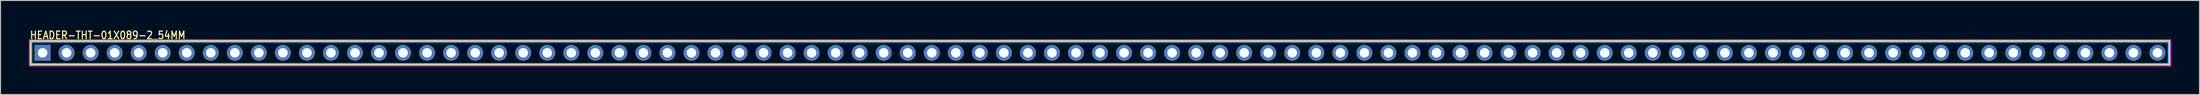
<source format=kicad_pcb>
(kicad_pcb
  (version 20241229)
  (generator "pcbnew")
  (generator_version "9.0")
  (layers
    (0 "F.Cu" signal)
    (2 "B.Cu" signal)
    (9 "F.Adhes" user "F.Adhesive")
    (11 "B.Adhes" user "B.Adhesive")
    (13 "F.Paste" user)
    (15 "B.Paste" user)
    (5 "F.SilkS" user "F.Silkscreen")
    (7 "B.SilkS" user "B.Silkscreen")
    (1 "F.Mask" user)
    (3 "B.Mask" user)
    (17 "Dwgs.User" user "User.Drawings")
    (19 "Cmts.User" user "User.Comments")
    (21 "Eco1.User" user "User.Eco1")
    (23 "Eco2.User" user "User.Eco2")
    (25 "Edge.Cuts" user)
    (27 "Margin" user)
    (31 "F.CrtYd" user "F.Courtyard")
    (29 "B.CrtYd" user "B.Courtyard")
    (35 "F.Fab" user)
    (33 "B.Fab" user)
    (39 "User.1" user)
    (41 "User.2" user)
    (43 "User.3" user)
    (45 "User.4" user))
  (footprint "HEADER-THT-01X089-2_54MM"
    (layer "F.Cu")
    (at 1.447 2.579)
    (property "Reference" "HEADER-THT-01X089-2_54MM" (at -1.4 -1.4 0) (unlocked yes) (layer "F.SilkS") (effects (font (size 0.813 0.695) (thickness 0.122)) (justify left bottom)))
    (fp_line (start -1.27 -1.27) (end -1.27 1.27) (stroke (width 0.127) (type solid)) (layer "F.SilkS"))
    (fp_line (start -1.27 1.27) (end 224.79 1.27) (stroke (width 0.127) (type solid)) (layer "F.SilkS"))
    (fp_line (start 224.79 -1.27) (end -1.27 -1.27) (stroke (width 0.127) (type solid)) (layer "F.SilkS"))
    (fp_line (start 224.79 1.27) (end 224.79 -1.27) (stroke (width 0.127) (type solid)) (layer "F.SilkS"))
    (fp_poly (pts (xy -1.143 -1.143) (xy 224.663 -1.143) (xy 224.663 1.143) (xy -1.143 1.143)) (stroke (width 0.1) (type solid)) (fill no) (layer "B.CrtYd"))
    (fp_poly (pts (xy -1.397 -1.397) (xy 224.917 -1.397) (xy 224.917 1.397) (xy -1.397 1.397)) (stroke (width 0.1) (type solid)) (fill no) (layer "F.CrtYd"))
    (pad "P$1" thru_hole rect (at 0 0) (size 1.693 1.693) (drill 1.016) (layers "*.Cu" "*.Mask"))
    (pad "P$2" thru_hole oval (at 2.54 0) (size 1.693 1.693) (drill 1.016) (layers "*.Cu" "*.Mask"))
    (pad "P$3" thru_hole oval (at 5.08 0) (size 1.693 1.693) (drill 1.016) (layers "*.Cu" "*.Mask"))
    (pad "P$4" thru_hole oval (at 7.62 0) (size 1.693 1.693) (drill 1.016) (layers "*.Cu" "*.Mask"))
    (pad "P$5" thru_hole oval (at 10.16 0) (size 1.693 1.693) (drill 1.016) (layers "*.Cu" "*.Mask"))
    (pad "P$6" thru_hole oval (at 12.7 0) (size 1.693 1.693) (drill 1.016) (layers "*.Cu" "*.Mask"))
    (pad "P$7" thru_hole oval (at 15.24 0) (size 1.693 1.693) (drill 1.016) (layers "*.Cu" "*.Mask"))
    (pad "P$8" thru_hole oval (at 17.78 0) (size 1.693 1.693) (drill 1.016) (layers "*.Cu" "*.Mask"))
    (pad "P$9" thru_hole oval (at 20.32 0) (size 1.693 1.693) (drill 1.016) (layers "*.Cu" "*.Mask"))
    (pad "P$10" thru_hole oval (at 22.86 0) (size 1.693 1.693) (drill 1.016) (layers "*.Cu" "*.Mask"))
    (pad "P$11" thru_hole oval (at 25.4 0) (size 1.693 1.693) (drill 1.016) (layers "*.Cu" "*.Mask"))
    (pad "P$12" thru_hole oval (at 27.94 0) (size 1.693 1.693) (drill 1.016) (layers "*.Cu" "*.Mask"))
    (pad "P$13" thru_hole oval (at 30.48 0) (size 1.693 1.693) (drill 1.016) (layers "*.Cu" "*.Mask"))
    (pad "P$14" thru_hole oval (at 33.02 0) (size 1.693 1.693) (drill 1.016) (layers "*.Cu" "*.Mask"))
    (pad "P$15" thru_hole oval (at 35.56 0) (size 1.693 1.693) (drill 1.016) (layers "*.Cu" "*.Mask"))
    (pad "P$16" thru_hole oval (at 38.1 0) (size 1.693 1.693) (drill 1.016) (layers "*.Cu" "*.Mask"))
    (pad "P$17" thru_hole oval (at 40.64 0) (size 1.693 1.693) (drill 1.016) (layers "*.Cu" "*.Mask"))
    (pad "P$18" thru_hole oval (at 43.18 0) (size 1.693 1.693) (drill 1.016) (layers "*.Cu" "*.Mask"))
    (pad "P$19" thru_hole oval (at 45.72 0) (size 1.693 1.693) (drill 1.016) (layers "*.Cu" "*.Mask"))
    (pad "P$20" thru_hole oval (at 48.26 0) (size 1.693 1.693) (drill 1.016) (layers "*.Cu" "*.Mask"))
    (pad "P$21" thru_hole oval (at 50.8 0) (size 1.693 1.693) (drill 1.016) (layers "*.Cu" "*.Mask"))
    (pad "P$22" thru_hole oval (at 53.34 0) (size 1.693 1.693) (drill 1.016) (layers "*.Cu" "*.Mask"))
    (pad "P$23" thru_hole oval (at 55.88 0) (size 1.693 1.693) (drill 1.016) (layers "*.Cu" "*.Mask"))
    (pad "P$24" thru_hole oval (at 58.42 0) (size 1.693 1.693) (drill 1.016) (layers "*.Cu" "*.Mask"))
    (pad "P$25" thru_hole oval (at 60.96 0) (size 1.693 1.693) (drill 1.016) (layers "*.Cu" "*.Mask"))
    (pad "P$26" thru_hole oval (at 63.5 0) (size 1.693 1.693) (drill 1.016) (layers "*.Cu" "*.Mask"))
    (pad "P$27" thru_hole oval (at 66.04 0) (size 1.693 1.693) (drill 1.016) (layers "*.Cu" "*.Mask"))
    (pad "P$28" thru_hole oval (at 68.58 0) (size 1.693 1.693) (drill 1.016) (layers "*.Cu" "*.Mask"))
    (pad "P$29" thru_hole oval (at 71.12 0) (size 1.693 1.693) (drill 1.016) (layers "*.Cu" "*.Mask"))
    (pad "P$30" thru_hole oval (at 73.66 0) (size 1.693 1.693) (drill 1.016) (layers "*.Cu" "*.Mask"))
    (pad "P$31" thru_hole oval (at 76.2 0) (size 1.693 1.693) (drill 1.016) (layers "*.Cu" "*.Mask"))
    (pad "P$32" thru_hole oval (at 78.74 0) (size 1.693 1.693) (drill 1.016) (layers "*.Cu" "*.Mask"))
    (pad "P$33" thru_hole oval (at 81.28 0) (size 1.693 1.693) (drill 1.016) (layers "*.Cu" "*.Mask"))
    (pad "P$34" thru_hole oval (at 83.82 0) (size 1.693 1.693) (drill 1.016) (layers "*.Cu" "*.Mask"))
    (pad "P$35" thru_hole oval (at 86.36 0) (size 1.693 1.693) (drill 1.016) (layers "*.Cu" "*.Mask"))
    (pad "P$36" thru_hole oval (at 88.9 0) (size 1.693 1.693) (drill 1.016) (layers "*.Cu" "*.Mask"))
    (pad "P$37" thru_hole oval (at 91.44 0) (size 1.693 1.693) (drill 1.016) (layers "*.Cu" "*.Mask"))
    (pad "P$38" thru_hole oval (at 93.98 0) (size 1.693 1.693) (drill 1.016) (layers "*.Cu" "*.Mask"))
    (pad "P$39" thru_hole oval (at 96.52 0) (size 1.693 1.693) (drill 1.016) (layers "*.Cu" "*.Mask"))
    (pad "P$40" thru_hole oval (at 99.06 0) (size 1.693 1.693) (drill 1.016) (layers "*.Cu" "*.Mask"))
    (pad "P$41" thru_hole oval (at 101.6 0) (size 1.693 1.693) (drill 1.016) (layers "*.Cu" "*.Mask"))
    (pad "P$42" thru_hole oval (at 104.14 0) (size 1.693 1.693) (drill 1.016) (layers "*.Cu" "*.Mask"))
    (pad "P$43" thru_hole oval (at 106.68 0) (size 1.693 1.693) (drill 1.016) (layers "*.Cu" "*.Mask"))
    (pad "P$44" thru_hole oval (at 109.22 0) (size 1.693 1.693) (drill 1.016) (layers "*.Cu" "*.Mask"))
    (pad "P$45" thru_hole oval (at 111.76 0) (size 1.693 1.693) (drill 1.016) (layers "*.Cu" "*.Mask"))
    (pad "P$46" thru_hole oval (at 114.3 0) (size 1.693 1.693) (drill 1.016) (layers "*.Cu" "*.Mask"))
    (pad "P$47" thru_hole oval (at 116.84 0) (size 1.693 1.693) (drill 1.016) (layers "*.Cu" "*.Mask"))
    (pad "P$48" thru_hole oval (at 119.38 0) (size 1.693 1.693) (drill 1.016) (layers "*.Cu" "*.Mask"))
    (pad "P$49" thru_hole oval (at 121.92 0) (size 1.693 1.693) (drill 1.016) (layers "*.Cu" "*.Mask"))
    (pad "P$50" thru_hole oval (at 124.46 0) (size 1.693 1.693) (drill 1.016) (layers "*.Cu" "*.Mask"))
    (pad "P$51" thru_hole oval (at 127 0) (size 1.693 1.693) (drill 1.016) (layers "*.Cu" "*.Mask"))
    (pad "P$52" thru_hole oval (at 129.54 0) (size 1.693 1.693) (drill 1.016) (layers "*.Cu" "*.Mask"))
    (pad "P$53" thru_hole oval (at 132.08 0) (size 1.693 1.693) (drill 1.016) (layers "*.Cu" "*.Mask"))
    (pad "P$54" thru_hole oval (at 134.62 0) (size 1.693 1.693) (drill 1.016) (layers "*.Cu" "*.Mask"))
    (pad "P$55" thru_hole oval (at 137.16 0) (size 1.693 1.693) (drill 1.016) (layers "*.Cu" "*.Mask"))
    (pad "P$56" thru_hole oval (at 139.7 0) (size 1.693 1.693) (drill 1.016) (layers "*.Cu" "*.Mask"))
    (pad "P$57" thru_hole oval (at 142.24 0) (size 1.693 1.693) (drill 1.016) (layers "*.Cu" "*.Mask"))
    (pad "P$58" thru_hole oval (at 144.78 0) (size 1.693 1.693) (drill 1.016) (layers "*.Cu" "*.Mask"))
    (pad "P$59" thru_hole oval (at 147.32 0) (size 1.693 1.693) (drill 1.016) (layers "*.Cu" "*.Mask"))
    (pad "P$60" thru_hole oval (at 149.86 0) (size 1.693 1.693) (drill 1.016) (layers "*.Cu" "*.Mask"))
    (pad "P$61" thru_hole oval (at 152.4 0) (size 1.693 1.693) (drill 1.016) (layers "*.Cu" "*.Mask"))
    (pad "P$62" thru_hole oval (at 154.94 0) (size 1.693 1.693) (drill 1.016) (layers "*.Cu" "*.Mask"))
    (pad "P$63" thru_hole oval (at 157.48 0) (size 1.693 1.693) (drill 1.016) (layers "*.Cu" "*.Mask"))
    (pad "P$64" thru_hole oval (at 160.02 0) (size 1.693 1.693) (drill 1.016) (layers "*.Cu" "*.Mask"))
    (pad "P$65" thru_hole oval (at 162.56 0) (size 1.693 1.693) (drill 1.016) (layers "*.Cu" "*.Mask"))
    (pad "P$66" thru_hole oval (at 165.1 0) (size 1.693 1.693) (drill 1.016) (layers "*.Cu" "*.Mask"))
    (pad "P$67" thru_hole oval (at 167.64 0) (size 1.693 1.693) (drill 1.016) (layers "*.Cu" "*.Mask"))
    (pad "P$68" thru_hole oval (at 170.18 0) (size 1.693 1.693) (drill 1.016) (layers "*.Cu" "*.Mask"))
    (pad "P$69" thru_hole oval (at 172.72 0) (size 1.693 1.693) (drill 1.016) (layers "*.Cu" "*.Mask"))
    (pad "P$70" thru_hole oval (at 175.26 0) (size 1.693 1.693) (drill 1.016) (layers "*.Cu" "*.Mask"))
    (pad "P$71" thru_hole oval (at 177.8 0) (size 1.693 1.693) (drill 1.016) (layers "*.Cu" "*.Mask"))
    (pad "P$72" thru_hole oval (at 180.34 0) (size 1.693 1.693) (drill 1.016) (layers "*.Cu" "*.Mask"))
    (pad "P$73" thru_hole oval (at 182.88 0) (size 1.693 1.693) (drill 1.016) (layers "*.Cu" "*.Mask"))
    (pad "P$74" thru_hole oval (at 185.42 0) (size 1.693 1.693) (drill 1.016) (layers "*.Cu" "*.Mask"))
    (pad "P$75" thru_hole oval (at 187.96 0) (size 1.693 1.693) (drill 1.016) (layers "*.Cu" "*.Mask"))
    (pad "P$76" thru_hole oval (at 190.5 0) (size 1.693 1.693) (drill 1.016) (layers "*.Cu" "*.Mask"))
    (pad "P$77" thru_hole oval (at 193.04 0) (size 1.693 1.693) (drill 1.016) (layers "*.Cu" "*.Mask"))
    (pad "P$78" thru_hole oval (at 195.58 0) (size 1.693 1.693) (drill 1.016) (layers "*.Cu" "*.Mask"))
    (pad "P$79" thru_hole oval (at 198.12 0) (size 1.693 1.693) (drill 1.016) (layers "*.Cu" "*.Mask"))
    (pad "P$80" thru_hole oval (at 200.66 0) (size 1.693 1.693) (drill 1.016) (layers "*.Cu" "*.Mask"))
    (pad "P$81" thru_hole oval (at 203.2 0) (size 1.693 1.693) (drill 1.016) (layers "*.Cu" "*.Mask"))
    (pad "P$82" thru_hole oval (at 205.74 0) (size 1.693 1.693) (drill 1.016) (layers "*.Cu" "*.Mask"))
    (pad "P$83" thru_hole oval (at 208.28 0) (size 1.693 1.693) (drill 1.016) (layers "*.Cu" "*.Mask"))
    (pad "P$84" thru_hole oval (at 210.82 0) (size 1.693 1.693) (drill 1.016) (layers "*.Cu" "*.Mask"))
    (pad "P$85" thru_hole oval (at 213.36 0) (size 1.693 1.693) (drill 1.016) (layers "*.Cu" "*.Mask"))
    (pad "P$86" thru_hole oval (at 215.9 0) (size 1.693 1.693) (drill 1.016) (layers "*.Cu" "*.Mask"))
    (pad "P$87" thru_hole oval (at 218.44 0) (size 1.693 1.693) (drill 1.016) (layers "*.Cu" "*.Mask"))
    (pad "P$88" thru_hole oval (at 220.98 0) (size 1.693 1.693) (drill 1.016) (layers "*.Cu" "*.Mask"))
    (pad "P$89" thru_hole oval (at 223.52 0) (size 1.693 1.693) (drill 1.016) (layers "*.Cu" "*.Mask")))
  (gr_rect
    (start -3 -3)
    (end 229.414 7.026)
    (stroke (width 0.1) (type default))
    (fill no)
    (layer "Edge.Cuts")))
</source>
